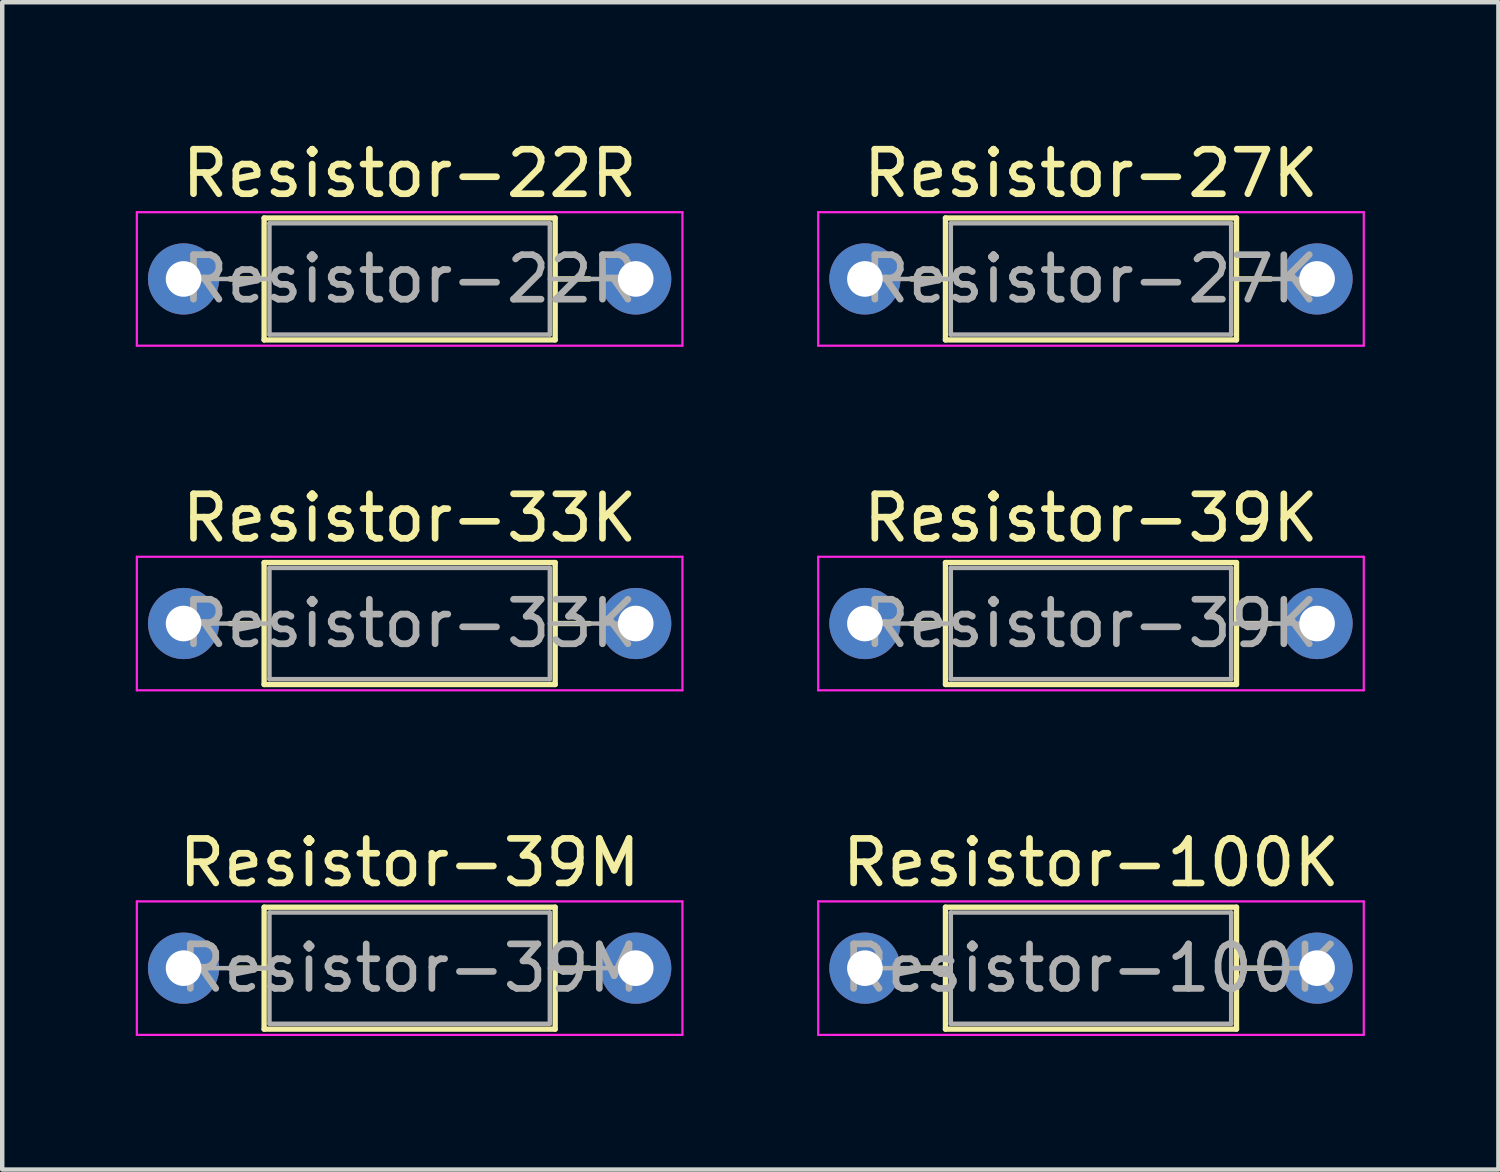
<source format=kicad_pcb>
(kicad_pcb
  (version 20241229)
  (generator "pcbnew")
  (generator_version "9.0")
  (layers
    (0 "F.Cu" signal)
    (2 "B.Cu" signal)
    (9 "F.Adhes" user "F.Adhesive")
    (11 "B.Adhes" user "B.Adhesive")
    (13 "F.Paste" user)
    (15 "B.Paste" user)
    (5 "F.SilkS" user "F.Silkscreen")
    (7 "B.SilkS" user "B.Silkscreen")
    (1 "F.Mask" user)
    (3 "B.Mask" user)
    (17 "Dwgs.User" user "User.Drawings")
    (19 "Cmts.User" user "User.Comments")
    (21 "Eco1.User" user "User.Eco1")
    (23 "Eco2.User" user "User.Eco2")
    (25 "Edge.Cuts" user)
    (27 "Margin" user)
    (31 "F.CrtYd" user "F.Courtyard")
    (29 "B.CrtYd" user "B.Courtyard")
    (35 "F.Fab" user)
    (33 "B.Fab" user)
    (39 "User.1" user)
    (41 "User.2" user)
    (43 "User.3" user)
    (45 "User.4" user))
  (footprint "Resistor-100K"
    (layer "F.Cu")
    (at 21.465 18.705)
    (property "Reference" "Resistor-100K" (at 0 -2.37 0) (layer "F.SilkS") (effects (font (size 1 1) (thickness 0.15))))
    (attr through_hole)
    (fp_line (start -4.04 0) (end -3.27 0) (stroke (width 0.12) (type solid)) (layer "F.SilkS"))
    (fp_line (start -3.27 -1.37) (end -3.27 1.37) (stroke (width 0.12) (type solid)) (layer "F.SilkS"))
    (fp_line (start -3.27 1.37) (end 3.27 1.37) (stroke (width 0.12) (type solid)) (layer "F.SilkS"))
    (fp_line (start 3.27 -1.37) (end -3.27 -1.37) (stroke (width 0.12) (type solid)) (layer "F.SilkS"))
    (fp_line (start 3.27 1.37) (end 3.27 -1.37) (stroke (width 0.12) (type solid)) (layer "F.SilkS"))
    (fp_line (start 4.04 0) (end 3.27 0) (stroke (width 0.12) (type solid)) (layer "F.SilkS"))
    (fp_line (start -6.13 -1.5) (end -6.13 1.5) (stroke (width 0.05) (type solid)) (layer "F.CrtYd"))
    (fp_line (start -6.13 1.5) (end 6.13 1.5) (stroke (width 0.05) (type solid)) (layer "F.CrtYd"))
    (fp_line (start 6.13 -1.5) (end -6.13 -1.5) (stroke (width 0.05) (type solid)) (layer "F.CrtYd"))
    (fp_line (start 6.13 1.5) (end 6.13 -1.5) (stroke (width 0.05) (type solid)) (layer "F.CrtYd"))
    (fp_line (start -5.08 0) (end -3.15 0) (stroke (width 0.1) (type solid)) (layer "F.Fab"))
    (fp_line (start -3.15 -1.25) (end -3.15 1.25) (stroke (width 0.1) (type solid)) (layer "F.Fab"))
    (fp_line (start -3.15 1.25) (end 3.15 1.25) (stroke (width 0.1) (type solid)) (layer "F.Fab"))
    (fp_line (start 3.15 -1.25) (end -3.15 -1.25) (stroke (width 0.1) (type solid)) (layer "F.Fab"))
    (fp_line (start 3.15 1.25) (end 3.15 -1.25) (stroke (width 0.1) (type solid)) (layer "F.Fab"))
    (fp_line (start 5.08 0) (end 3.15 0) (stroke (width 0.1) (type solid)) (layer "F.Fab"))
    (fp_text user "${REFERENCE}" (at 0 0 0) (layer "F.Fab") (effects (font (size 1 1) (thickness 0.15))))
    (pad "1" thru_hole circle (at -5.08 0) (size 1.6 1.6) (drill 0.8) (layers "*.Cu" "*.Mask"))
    (pad "2" thru_hole oval (at 5.08 0) (size 1.6 1.6) (drill 0.8) (layers "*.Cu" "*.Mask")))
  (footprint "Resistor-39K"
    (layer "F.Cu")
    (at 21.465 10.961)
    (property "Reference" "Resistor-39K" (at 0 -2.37 0) (layer "F.SilkS") (effects (font (size 1 1) (thickness 0.15))))
    (attr through_hole)
    (fp_line (start -4.04 0) (end -3.27 0) (stroke (width 0.12) (type solid)) (layer "F.SilkS"))
    (fp_line (start -3.27 -1.37) (end -3.27 1.37) (stroke (width 0.12) (type solid)) (layer "F.SilkS"))
    (fp_line (start -3.27 1.37) (end 3.27 1.37) (stroke (width 0.12) (type solid)) (layer "F.SilkS"))
    (fp_line (start 3.27 -1.37) (end -3.27 -1.37) (stroke (width 0.12) (type solid)) (layer "F.SilkS"))
    (fp_line (start 3.27 1.37) (end 3.27 -1.37) (stroke (width 0.12) (type solid)) (layer "F.SilkS"))
    (fp_line (start 4.04 0) (end 3.27 0) (stroke (width 0.12) (type solid)) (layer "F.SilkS"))
    (fp_line (start -6.13 -1.5) (end -6.13 1.5) (stroke (width 0.05) (type solid)) (layer "F.CrtYd"))
    (fp_line (start -6.13 1.5) (end 6.13 1.5) (stroke (width 0.05) (type solid)) (layer "F.CrtYd"))
    (fp_line (start 6.13 -1.5) (end -6.13 -1.5) (stroke (width 0.05) (type solid)) (layer "F.CrtYd"))
    (fp_line (start 6.13 1.5) (end 6.13 -1.5) (stroke (width 0.05) (type solid)) (layer "F.CrtYd"))
    (fp_line (start -5.08 0) (end -3.15 0) (stroke (width 0.1) (type solid)) (layer "F.Fab"))
    (fp_line (start -3.15 -1.25) (end -3.15 1.25) (stroke (width 0.1) (type solid)) (layer "F.Fab"))
    (fp_line (start -3.15 1.25) (end 3.15 1.25) (stroke (width 0.1) (type solid)) (layer "F.Fab"))
    (fp_line (start 3.15 -1.25) (end -3.15 -1.25) (stroke (width 0.1) (type solid)) (layer "F.Fab"))
    (fp_line (start 3.15 1.25) (end 3.15 -1.25) (stroke (width 0.1) (type solid)) (layer "F.Fab"))
    (fp_line (start 5.08 0) (end 3.15 0) (stroke (width 0.1) (type solid)) (layer "F.Fab"))
    (fp_text user "${REFERENCE}" (at 0 0 0) (layer "F.Fab") (effects (font (size 1 1) (thickness 0.15))))
    (pad "1" thru_hole circle (at -5.08 0) (size 1.6 1.6) (drill 0.8) (layers "*.Cu" "*.Mask"))
    (pad "2" thru_hole oval (at 5.08 0) (size 1.6 1.6) (drill 0.8) (layers "*.Cu" "*.Mask")))
  (footprint "Resistor-22R"
    (layer "F.Cu")
    (at 6.155 3.218)
    (property "Reference" "Resistor-22R" (at 0 -2.37 0) (layer "F.SilkS") (effects (font (size 1 1) (thickness 0.15))))
    (attr through_hole)
    (fp_line (start -4.04 0) (end -3.27 0) (stroke (width 0.12) (type solid)) (layer "F.SilkS"))
    (fp_line (start -3.27 -1.37) (end -3.27 1.37) (stroke (width 0.12) (type solid)) (layer "F.SilkS"))
    (fp_line (start -3.27 1.37) (end 3.27 1.37) (stroke (width 0.12) (type solid)) (layer "F.SilkS"))
    (fp_line (start 3.27 -1.37) (end -3.27 -1.37) (stroke (width 0.12) (type solid)) (layer "F.SilkS"))
    (fp_line (start 3.27 1.37) (end 3.27 -1.37) (stroke (width 0.12) (type solid)) (layer "F.SilkS"))
    (fp_line (start 4.04 0) (end 3.27 0) (stroke (width 0.12) (type solid)) (layer "F.SilkS"))
    (fp_line (start -6.13 -1.5) (end -6.13 1.5) (stroke (width 0.05) (type solid)) (layer "F.CrtYd"))
    (fp_line (start -6.13 1.5) (end 6.13 1.5) (stroke (width 0.05) (type solid)) (layer "F.CrtYd"))
    (fp_line (start 6.13 -1.5) (end -6.13 -1.5) (stroke (width 0.05) (type solid)) (layer "F.CrtYd"))
    (fp_line (start 6.13 1.5) (end 6.13 -1.5) (stroke (width 0.05) (type solid)) (layer "F.CrtYd"))
    (fp_line (start -5.08 0) (end -3.15 0) (stroke (width 0.1) (type solid)) (layer "F.Fab"))
    (fp_line (start -3.15 -1.25) (end -3.15 1.25) (stroke (width 0.1) (type solid)) (layer "F.Fab"))
    (fp_line (start -3.15 1.25) (end 3.15 1.25) (stroke (width 0.1) (type solid)) (layer "F.Fab"))
    (fp_line (start 3.15 -1.25) (end -3.15 -1.25) (stroke (width 0.1) (type solid)) (layer "F.Fab"))
    (fp_line (start 3.15 1.25) (end 3.15 -1.25) (stroke (width 0.1) (type solid)) (layer "F.Fab"))
    (fp_line (start 5.08 0) (end 3.15 0) (stroke (width 0.1) (type solid)) (layer "F.Fab"))
    (fp_text user "${REFERENCE}" (at 0 0 0) (layer "F.Fab") (effects (font (size 1 1) (thickness 0.15))))
    (pad "1" thru_hole circle (at -5.08 0) (size 1.6 1.6) (drill 0.8) (layers "*.Cu" "*.Mask"))
    (pad "2" thru_hole oval (at 5.08 0) (size 1.6 1.6) (drill 0.8) (layers "*.Cu" "*.Mask")))
  (footprint "Resistor-27K"
    (layer "F.Cu")
    (at 21.465 3.218)
    (property "Reference" "Resistor-27K" (at 0 -2.37 0) (layer "F.SilkS") (effects (font (size 1 1) (thickness 0.15))))
    (attr through_hole)
    (fp_line (start -4.04 0) (end -3.27 0) (stroke (width 0.12) (type solid)) (layer "F.SilkS"))
    (fp_line (start -3.27 -1.37) (end -3.27 1.37) (stroke (width 0.12) (type solid)) (layer "F.SilkS"))
    (fp_line (start -3.27 1.37) (end 3.27 1.37) (stroke (width 0.12) (type solid)) (layer "F.SilkS"))
    (fp_line (start 3.27 -1.37) (end -3.27 -1.37) (stroke (width 0.12) (type solid)) (layer "F.SilkS"))
    (fp_line (start 3.27 1.37) (end 3.27 -1.37) (stroke (width 0.12) (type solid)) (layer "F.SilkS"))
    (fp_line (start 4.04 0) (end 3.27 0) (stroke (width 0.12) (type solid)) (layer "F.SilkS"))
    (fp_line (start -6.13 -1.5) (end -6.13 1.5) (stroke (width 0.05) (type solid)) (layer "F.CrtYd"))
    (fp_line (start -6.13 1.5) (end 6.13 1.5) (stroke (width 0.05) (type solid)) (layer "F.CrtYd"))
    (fp_line (start 6.13 -1.5) (end -6.13 -1.5) (stroke (width 0.05) (type solid)) (layer "F.CrtYd"))
    (fp_line (start 6.13 1.5) (end 6.13 -1.5) (stroke (width 0.05) (type solid)) (layer "F.CrtYd"))
    (fp_line (start -5.08 0) (end -3.15 0) (stroke (width 0.1) (type solid)) (layer "F.Fab"))
    (fp_line (start -3.15 -1.25) (end -3.15 1.25) (stroke (width 0.1) (type solid)) (layer "F.Fab"))
    (fp_line (start -3.15 1.25) (end 3.15 1.25) (stroke (width 0.1) (type solid)) (layer "F.Fab"))
    (fp_line (start 3.15 -1.25) (end -3.15 -1.25) (stroke (width 0.1) (type solid)) (layer "F.Fab"))
    (fp_line (start 3.15 1.25) (end 3.15 -1.25) (stroke (width 0.1) (type solid)) (layer "F.Fab"))
    (fp_line (start 5.08 0) (end 3.15 0) (stroke (width 0.1) (type solid)) (layer "F.Fab"))
    (fp_text user "${REFERENCE}" (at 0 0 0) (layer "F.Fab") (effects (font (size 1 1) (thickness 0.15))))
    (pad "1" thru_hole circle (at -5.08 0) (size 1.6 1.6) (drill 0.8) (layers "*.Cu" "*.Mask"))
    (pad "2" thru_hole oval (at 5.08 0) (size 1.6 1.6) (drill 0.8) (layers "*.Cu" "*.Mask")))
  (footprint "Resistor-39M"
    (layer "F.Cu")
    (at 6.155 18.705)
    (property "Reference" "Resistor-39M" (at 0 -2.37 0) (layer "F.SilkS") (effects (font (size 1 1) (thickness 0.15))))
    (attr through_hole)
    (fp_line (start -4.04 0) (end -3.27 0) (stroke (width 0.12) (type solid)) (layer "F.SilkS"))
    (fp_line (start -3.27 -1.37) (end -3.27 1.37) (stroke (width 0.12) (type solid)) (layer "F.SilkS"))
    (fp_line (start -3.27 1.37) (end 3.27 1.37) (stroke (width 0.12) (type solid)) (layer "F.SilkS"))
    (fp_line (start 3.27 -1.37) (end -3.27 -1.37) (stroke (width 0.12) (type solid)) (layer "F.SilkS"))
    (fp_line (start 3.27 1.37) (end 3.27 -1.37) (stroke (width 0.12) (type solid)) (layer "F.SilkS"))
    (fp_line (start 4.04 0) (end 3.27 0) (stroke (width 0.12) (type solid)) (layer "F.SilkS"))
    (fp_line (start -6.13 -1.5) (end -6.13 1.5) (stroke (width 0.05) (type solid)) (layer "F.CrtYd"))
    (fp_line (start -6.13 1.5) (end 6.13 1.5) (stroke (width 0.05) (type solid)) (layer "F.CrtYd"))
    (fp_line (start 6.13 -1.5) (end -6.13 -1.5) (stroke (width 0.05) (type solid)) (layer "F.CrtYd"))
    (fp_line (start 6.13 1.5) (end 6.13 -1.5) (stroke (width 0.05) (type solid)) (layer "F.CrtYd"))
    (fp_line (start -5.08 0) (end -3.15 0) (stroke (width 0.1) (type solid)) (layer "F.Fab"))
    (fp_line (start -3.15 -1.25) (end -3.15 1.25) (stroke (width 0.1) (type solid)) (layer "F.Fab"))
    (fp_line (start -3.15 1.25) (end 3.15 1.25) (stroke (width 0.1) (type solid)) (layer "F.Fab"))
    (fp_line (start 3.15 -1.25) (end -3.15 -1.25) (stroke (width 0.1) (type solid)) (layer "F.Fab"))
    (fp_line (start 3.15 1.25) (end 3.15 -1.25) (stroke (width 0.1) (type solid)) (layer "F.Fab"))
    (fp_line (start 5.08 0) (end 3.15 0) (stroke (width 0.1) (type solid)) (layer "F.Fab"))
    (fp_text user "${REFERENCE}" (at 0 0 0) (layer "F.Fab") (effects (font (size 1 1) (thickness 0.15))))
    (pad "1" thru_hole circle (at -5.08 0) (size 1.6 1.6) (drill 0.8) (layers "*.Cu" "*.Mask"))
    (pad "2" thru_hole oval (at 5.08 0) (size 1.6 1.6) (drill 0.8) (layers "*.Cu" "*.Mask")))
  (footprint "Resistor-33K"
    (layer "F.Cu")
    (at 6.155 10.961)
    (property "Reference" "Resistor-33K" (at 0 -2.37 0) (layer "F.SilkS") (effects (font (size 1 1) (thickness 0.15))))
    (attr through_hole)
    (fp_line (start -4.04 0) (end -3.27 0) (stroke (width 0.12) (type solid)) (layer "F.SilkS"))
    (fp_line (start -3.27 -1.37) (end -3.27 1.37) (stroke (width 0.12) (type solid)) (layer "F.SilkS"))
    (fp_line (start -3.27 1.37) (end 3.27 1.37) (stroke (width 0.12) (type solid)) (layer "F.SilkS"))
    (fp_line (start 3.27 -1.37) (end -3.27 -1.37) (stroke (width 0.12) (type solid)) (layer "F.SilkS"))
    (fp_line (start 3.27 1.37) (end 3.27 -1.37) (stroke (width 0.12) (type solid)) (layer "F.SilkS"))
    (fp_line (start 4.04 0) (end 3.27 0) (stroke (width 0.12) (type solid)) (layer "F.SilkS"))
    (fp_line (start -6.13 -1.5) (end -6.13 1.5) (stroke (width 0.05) (type solid)) (layer "F.CrtYd"))
    (fp_line (start -6.13 1.5) (end 6.13 1.5) (stroke (width 0.05) (type solid)) (layer "F.CrtYd"))
    (fp_line (start 6.13 -1.5) (end -6.13 -1.5) (stroke (width 0.05) (type solid)) (layer "F.CrtYd"))
    (fp_line (start 6.13 1.5) (end 6.13 -1.5) (stroke (width 0.05) (type solid)) (layer "F.CrtYd"))
    (fp_line (start -5.08 0) (end -3.15 0) (stroke (width 0.1) (type solid)) (layer "F.Fab"))
    (fp_line (start -3.15 -1.25) (end -3.15 1.25) (stroke (width 0.1) (type solid)) (layer "F.Fab"))
    (fp_line (start -3.15 1.25) (end 3.15 1.25) (stroke (width 0.1) (type solid)) (layer "F.Fab"))
    (fp_line (start 3.15 -1.25) (end -3.15 -1.25) (stroke (width 0.1) (type solid)) (layer "F.Fab"))
    (fp_line (start 3.15 1.25) (end 3.15 -1.25) (stroke (width 0.1) (type solid)) (layer "F.Fab"))
    (fp_line (start 5.08 0) (end 3.15 0) (stroke (width 0.1) (type solid)) (layer "F.Fab"))
    (fp_text user "${REFERENCE}" (at 0 0 0) (layer "F.Fab") (effects (font (size 1 1) (thickness 0.15))))
    (pad "1" thru_hole circle (at -5.08 0) (size 1.6 1.6) (drill 0.8) (layers "*.Cu" "*.Mask"))
    (pad "2" thru_hole oval (at 5.08 0) (size 1.6 1.6) (drill 0.8) (layers "*.Cu" "*.Mask")))
  (gr_rect
    (start -3 -3)
    (end 30.62 23.23)
    (stroke (width 0.1) (type default))
    (fill no)
    (layer "Edge.Cuts")))
</source>
